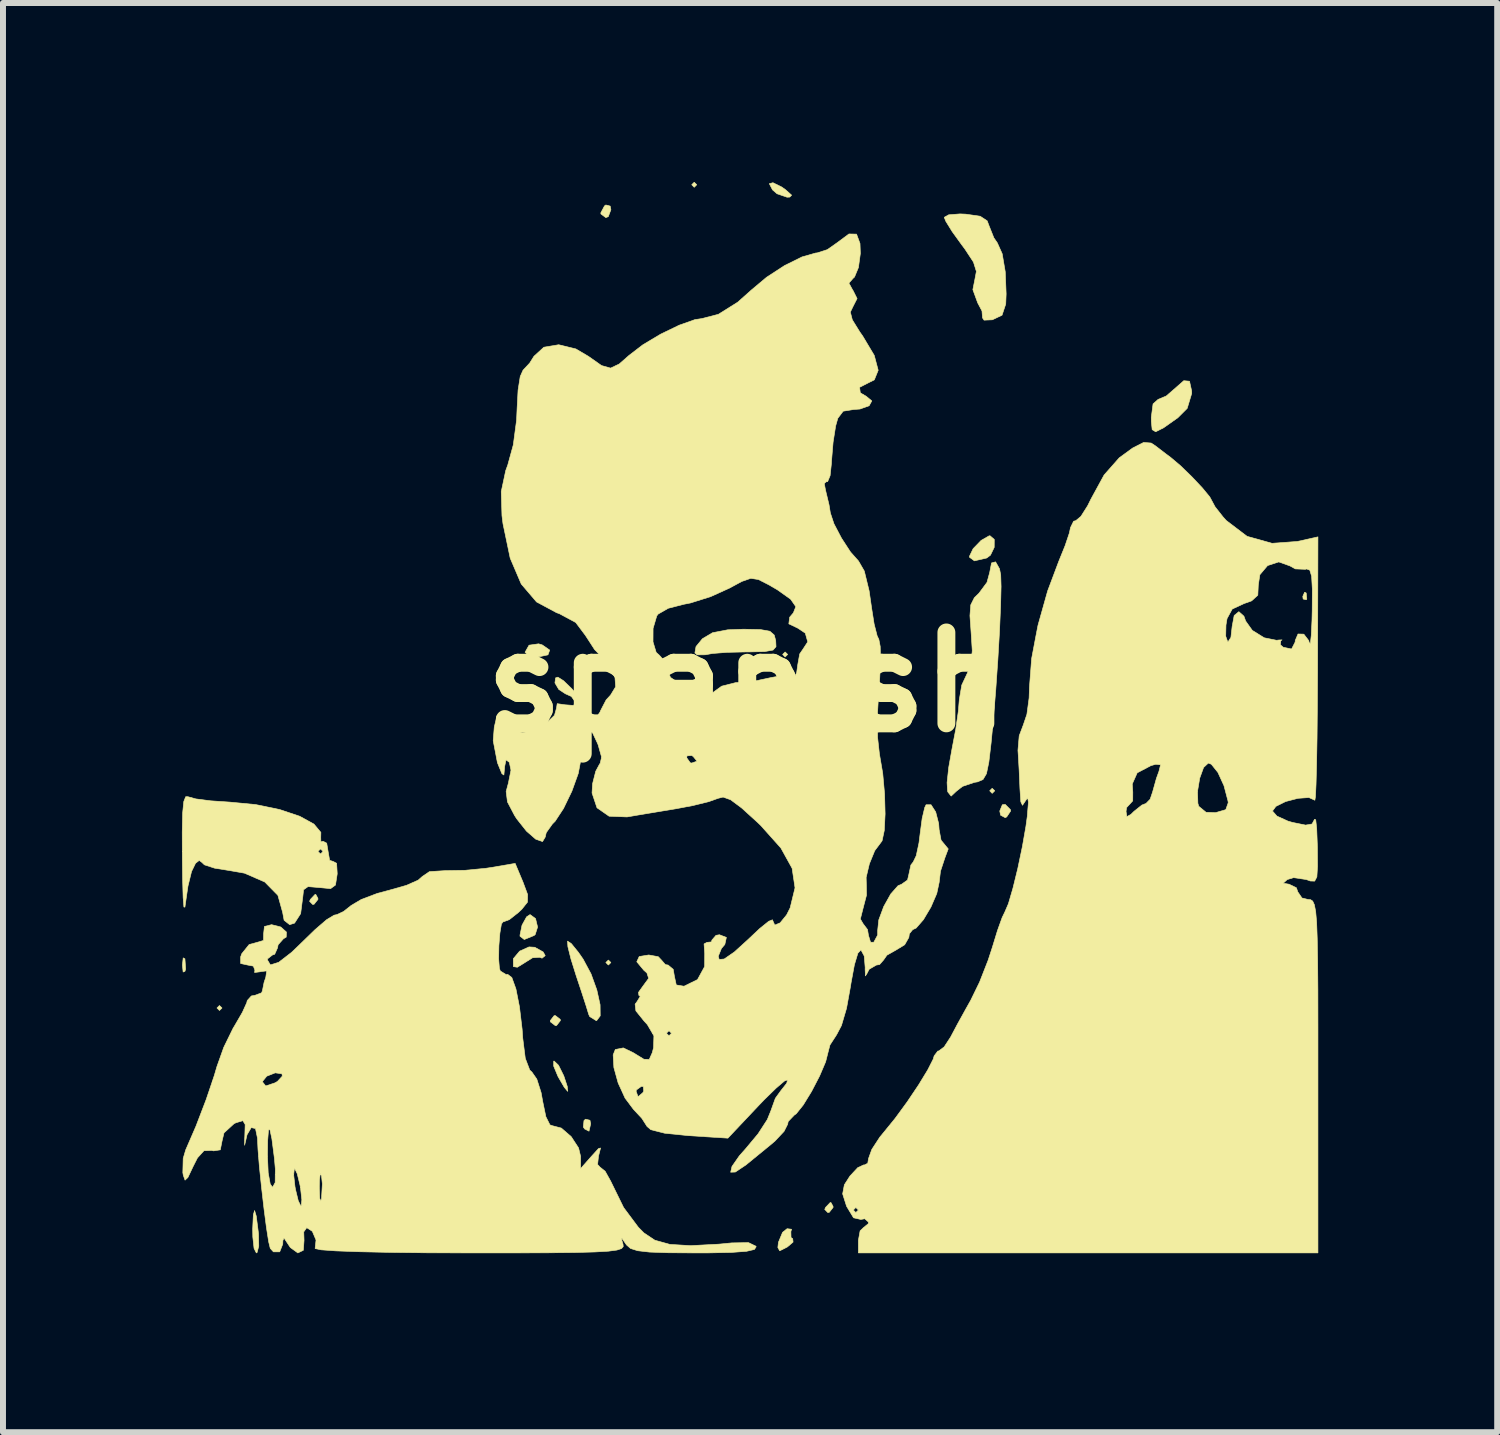
<source format=kicad_pcb>
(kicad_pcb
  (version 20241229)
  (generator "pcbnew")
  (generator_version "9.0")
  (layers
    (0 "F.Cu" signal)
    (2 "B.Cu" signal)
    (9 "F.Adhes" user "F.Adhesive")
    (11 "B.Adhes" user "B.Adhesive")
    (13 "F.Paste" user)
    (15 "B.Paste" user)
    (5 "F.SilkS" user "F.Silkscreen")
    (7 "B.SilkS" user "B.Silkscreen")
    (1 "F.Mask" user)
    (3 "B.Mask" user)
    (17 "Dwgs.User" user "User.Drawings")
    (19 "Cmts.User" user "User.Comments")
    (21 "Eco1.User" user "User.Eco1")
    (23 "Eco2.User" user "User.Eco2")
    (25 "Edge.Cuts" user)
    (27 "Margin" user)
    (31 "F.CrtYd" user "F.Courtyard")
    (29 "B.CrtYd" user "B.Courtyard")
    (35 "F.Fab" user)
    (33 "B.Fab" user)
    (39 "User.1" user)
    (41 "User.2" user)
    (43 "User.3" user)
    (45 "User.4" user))
  (footprint "spanish"
    (layer "F.Cu")
    (at 9.477 8.387)
    (property "Reference" "spanish" (at 0 0 0) (layer "F.SilkS") (effects (font (size 1.524 1.524) (thickness 0.3))))
    (attr through_hole)
    (fp_poly (pts (xy -8.805 5.461) (xy -8.848 5.503) (xy -8.89 5.461) (xy -8.848 5.419) (xy -8.805 5.461)) (stroke (width 0.01) (type solid)) (fill yes) (layer "F.SilkS"))
    (fp_poly (pts (xy -2.709 0.042) (xy -2.752 0.085) (xy -2.794 0.042) (xy -2.752 0) (xy -2.709 0.042)) (stroke (width 0.01) (type solid)) (fill yes) (layer "F.SilkS"))
    (fp_poly (pts (xy -2.286 4.699) (xy -2.328 4.741) (xy -2.371 4.699) (xy -2.328 4.657) (xy -2.286 4.699)) (stroke (width 0.01) (type solid)) (fill yes) (layer "F.SilkS"))
    (fp_poly (pts (xy -0.847 -8.34) (xy -0.889 -8.297) (xy -0.931 -8.34) (xy -0.889 -8.382) (xy -0.847 -8.34)) (stroke (width 0.01) (type solid)) (fill yes) (layer "F.SilkS"))
    (fp_poly (pts (xy 0.677 -0.466) (xy 0.635 -0.423) (xy 0.593 -0.466) (xy 0.635 -0.508) (xy 0.677 -0.466)) (stroke (width 0.01) (type solid)) (fill yes) (layer "F.SilkS"))
    (fp_poly (pts (xy 4.149 1.82) (xy 4.106 1.863) (xy 4.064 1.82) (xy 4.106 1.778) (xy 4.149 1.82)) (stroke (width 0.01) (type solid)) (fill yes) (layer "F.SilkS"))
    (fp_poly (pts (xy -9.427 4.636) (xy -9.415 4.809) (xy -9.427 4.847) (xy -9.457 4.858) (xy -9.469 4.741) (xy -9.456 4.621) (xy -9.427 4.636)) (stroke (width 0.01) (type solid)) (fill yes) (layer "F.SilkS"))
    (fp_poly (pts (xy 9.37 -1.496) (xy 9.38 -1.395) (xy 9.37 -1.383) (xy 9.319 -1.395) (xy 9.313 -1.439) (xy 9.344 -1.509) (xy 9.37 -1.496)) (stroke (width 0.01) (type solid)) (fill yes) (layer "F.SilkS"))
    (fp_poly (pts (xy -2.637 7.343) (xy -2.625 7.403) (xy -2.653 7.526) (xy -2.726 7.489) (xy -2.748 7.457) (xy -2.737 7.348) (xy -2.711 7.325) (xy -2.637 7.343)) (stroke (width 0.01) (type solid)) (fill yes) (layer "F.SilkS"))
    (fp_poly (pts (xy -7.198 3.622) (xy -7.197 3.641) (xy -7.262 3.722) (xy -7.286 3.725) (xy -7.337 3.673) (xy -7.324 3.641) (xy -7.248 3.56) (xy -7.234 3.556) (xy -7.198 3.622)) (stroke (width 0.01) (type solid)) (fill yes) (layer "F.SilkS"))
    (fp_poly (pts (xy -3.135 5.652) (xy -3.133 5.673) (xy -3.197 5.755) (xy -3.217 5.757) (xy -3.3 5.693) (xy -3.302 5.673) (xy -3.238 5.59) (xy -3.217 5.588) (xy -3.135 5.652)) (stroke (width 0.01) (type solid)) (fill yes) (layer "F.SilkS"))
    (fp_poly (pts (xy -2.298 -7.982) (xy -2.286 -7.921) (xy -2.33 -7.805) (xy -2.371 -7.789) (xy -2.453 -7.85) (xy -2.455 -7.869) (xy -2.394 -7.984) (xy -2.371 -8.001) (xy -2.298 -7.982)) (stroke (width 0.01) (type solid)) (fill yes) (layer "F.SilkS"))
    (fp_poly (pts (xy 1.438 8.786) (xy 1.439 8.805) (xy 1.374 8.887) (xy 1.35 8.89) (xy 1.299 8.838) (xy 1.312 8.805) (xy 1.388 8.725) (xy 1.402 8.721) (xy 1.438 8.786)) (stroke (width 0.01) (type solid)) (fill yes) (layer "F.SilkS"))
    (fp_poly (pts (xy 4.412 2.136) (xy 4.415 2.159) (xy 4.349 2.258) (xy 4.324 2.27) (xy 4.247 2.229) (xy 4.233 2.159) (xy 4.276 2.054) (xy 4.324 2.048) (xy 4.412 2.136)) (stroke (width 0.01) (type solid)) (fill yes) (layer "F.SilkS"))
    (fp_poly (pts (xy -3.437 -0.626) (xy -3.312 -0.539) (xy -3.341 -0.459) (xy -3.509 -0.423) (xy -3.514 -0.423) (xy -3.673 -0.451) (xy -3.725 -0.503) (xy -3.658 -0.621) (xy -3.498 -0.644) (xy -3.437 -0.626)) (stroke (width 0.01) (type solid)) (fill yes) (layer "F.SilkS"))
    (fp_poly (pts (xy 0.576 -8.303) (xy 0.64 -8.258) (xy 0.744 -8.165) (xy 0.712 -8.133) (xy 0.667 -8.131) (xy 0.499 -8.189) (xy 0.423 -8.255) (xy 0.37 -8.358) (xy 0.431 -8.374) (xy 0.576 -8.303)) (stroke (width 0.01) (type solid)) (fill yes) (layer "F.SilkS"))
    (fp_poly (pts (xy -3.549 3.962) (xy -3.515 4.104) (xy -3.555 4.23) (xy -3.574 4.246) (xy -3.738 4.313) (xy -3.809 4.259) (xy -3.81 4.24) (xy -3.776 4.073) (xy -3.699 3.933) (xy -3.641 3.895) (xy -3.549 3.962)) (stroke (width 0.01) (type solid)) (fill yes) (layer "F.SilkS"))
    (fp_poly (pts (xy -8.231 8.95) (xy -8.198 9.207) (xy -8.193 9.25) (xy -8.189 9.453) (xy -8.218 9.562) (xy -8.23 9.567) (xy -8.268 9.491) (xy -8.289 9.298) (xy -8.291 9.165) (xy -8.28 8.927) (xy -8.259 8.856) (xy -8.231 8.95)) (stroke (width 0.01) (type solid)) (fill yes) (layer "F.SilkS"))
    (fp_poly (pts (xy 0.743 9.17) (xy 0.731 9.21) (xy 0.734 9.31) (xy 0.762 9.328) (xy 0.768 9.385) (xy 0.672 9.467) (xy 0.544 9.532) (xy 0.513 9.476) (xy 0.523 9.388) (xy 0.592 9.222) (xy 0.668 9.161) (xy 0.743 9.17)) (stroke (width 0.01) (type solid)) (fill yes) (layer "F.SilkS"))
    (fp_poly (pts (xy 4.141 -2.394) (xy 4.14 -2.261) (xy 4.077 -2.13) (xy 4.015 -2.083) (xy 3.808 -2.035) (xy 3.726 -2.095) (xy 3.725 -2.111) (xy 3.786 -2.238) (xy 3.92 -2.377) (xy 4.054 -2.454) (xy 4.07 -2.455) (xy 4.141 -2.394)) (stroke (width 0.01) (type solid)) (fill yes) (layer "F.SilkS"))
    (fp_poly (pts (xy -3.562 4.443) (xy -3.422 4.521) (xy -3.387 4.583) (xy -3.44 4.626) (xy -3.477 4.611) (xy -3.6 4.619) (xy -3.722 4.696) (xy -3.854 4.778) (xy -3.921 4.767) (xy -3.922 4.635) (xy -3.816 4.508) (xy -3.658 4.437) (xy -3.562 4.443)) (stroke (width 0.01) (type solid)) (fill yes) (layer "F.SilkS"))
    (fp_poly (pts (xy -3.164 6.421) (xy -3.079 6.592) (xy -3.074 6.604) (xy -3.017 6.777) (xy -3.009 6.857) (xy -3.011 6.858) (xy -3.067 6.791) (xy -3.162 6.628) (xy -3.175 6.604) (xy -3.245 6.435) (xy -3.245 6.352) (xy -3.238 6.35) (xy -3.164 6.421)) (stroke (width 0.01) (type solid)) (fill yes) (layer "F.SilkS"))
    (fp_poly (pts (xy 7.414 -5.046) (xy 7.45 -4.882) (xy 7.451 -4.842) (xy 7.375 -4.591) (xy 7.218 -4.434) (xy 6.98 -4.266) (xy 6.847 -4.199) (xy 6.788 -4.234) (xy 6.774 -4.371) (xy 6.773 -4.44) (xy 6.803 -4.666) (xy 6.887 -4.741) (xy 7.025 -4.799) (xy 7.154 -4.911) (xy 7.318 -5.055) (xy 7.414 -5.046)) (stroke (width 0.01) (type solid)) (fill yes) (layer "F.SilkS"))
    (fp_poly (pts (xy -2.95 4.381) (xy -2.83 4.529) (xy -2.751 4.643) (xy -2.619 4.889) (xy -2.522 5.158) (xy -2.467 5.407) (xy -2.465 5.593) (xy -2.524 5.672) (xy -2.532 5.673) (xy -2.641 5.605) (xy -2.658 5.567) (xy -2.698 5.436) (xy -2.775 5.198) (xy -2.868 4.919) (xy -2.955 4.641) (xy -3.007 4.433) (xy -3.013 4.34) (xy -3.013 4.34) (xy -2.95 4.381)) (stroke (width 0.01) (type solid)) (fill yes) (layer "F.SilkS"))
    (fp_poly (pts (xy 0.221 -0.883) (xy 0.379 -0.855) (xy 0.452 -0.791) (xy 0.477 -0.699) (xy 0.482 -0.596) (xy 0.432 -0.539) (xy 0.291 -0.514) (xy 0.023 -0.508) (xy -0.036 -0.508) (xy -0.339 -0.501) (xy -0.585 -0.482) (xy -0.704 -0.46) (xy -0.84 -0.459) (xy -0.878 -0.491) (xy -0.859 -0.598) (xy -0.752 -0.729) (xy -0.582 -0.83) (xy -0.328 -0.879) (xy -0.064 -0.889) (xy 0.221 -0.883)) (stroke (width 0.01) (type solid)) (fill yes) (layer "F.SilkS"))
    (fp_poly (pts (xy 3.661 -7.847) (xy 3.905 -7.812) (xy 4.022 -7.735) (xy 4.051 -7.658) (xy 4.134 -7.45) (xy 4.192 -7.366) (xy 4.274 -7.182) (xy 4.325 -6.881) (xy 4.34 -6.51) (xy 4.333 -6.339) (xy 4.271 -6.153) (xy 4.109 -6.076) (xy 3.97 -6.07) (xy 3.944 -6.108) (xy 3.935 -6.224) (xy 3.863 -6.36) (xy 3.782 -6.582) (xy 3.814 -6.743) (xy 3.841 -6.887) (xy 3.792 -7.044) (xy 3.648 -7.263) (xy 3.597 -7.331) (xy 3.436 -7.554) (xy 3.329 -7.727) (xy 3.302 -7.794) (xy 3.377 -7.836) (xy 3.566 -7.851) (xy 3.661 -7.847)) (stroke (width 0.01) (type solid)) (fill yes) (layer "F.SilkS"))
    (fp_poly (pts (xy 4.229 -1.901) (xy 4.249 -1.799) (xy 4.255 -1.606) (xy 4.247 -1.281) (xy 4.229 -0.859) (xy 4.201 -0.378) (xy 4.166 0.127) (xy 4.126 0.62) (xy 4.088 1.016) (xy 4.05 1.34) (xy 4.01 1.533) (xy 3.952 1.631) (xy 3.861 1.67) (xy 3.81 1.678) (xy 3.608 1.746) (xy 3.503 1.829) (xy 3.418 1.909) (xy 3.365 1.843) (xy 3.358 1.826) (xy 3.35 1.683) (xy 3.377 1.43) (xy 3.431 1.125) (xy 3.495 0.79) (xy 3.539 0.484) (xy 3.555 0.291) (xy 3.596 0.047) (xy 3.68 -0.132) (xy 3.752 -0.29) (xy 3.772 -0.53) (xy 3.754 -0.817) (xy 3.733 -1.115) (xy 3.747 -1.297) (xy 3.807 -1.417) (xy 3.884 -1.492) (xy 4.019 -1.674) (xy 4.064 -1.839) (xy 4.095 -2) (xy 4.163 -2.018) (xy 4.229 -1.901)) (stroke (width 0.01) (type solid)) (fill yes) (layer "F.SilkS"))
    (fp_poly (pts (xy -9.377 1.919) (xy -9.243 1.956) (xy -8.994 1.988) (xy -8.683 2.009) (xy -8.68 2.009) (xy -8.24 2.051) (xy -7.839 2.134) (xy -7.504 2.246) (xy -7.264 2.378) (xy -7.148 2.517) (xy -7.15 2.6) (xy -7.148 2.676) (xy -7.111 2.666) (xy -7.05 2.698) (xy -7.027 2.836) (xy -7.001 2.985) (xy -6.941 3.005) (xy -6.884 3.035) (xy -6.874 3.207) (xy -6.875 3.219) (xy -6.903 3.4) (xy -6.985 3.46) (xy -7.173 3.442) (xy -7.363 3.426) (xy -7.438 3.479) (xy -7.451 3.597) (xy -7.487 3.879) (xy -7.589 4.038) (xy -7.671 4.064) (xy -7.764 3.991) (xy -7.789 3.857) (xy -7.868 3.573) (xy -8.088 3.349) (xy -8.428 3.201) (xy -8.672 3.158) (xy -8.929 3.117) (xy -9.1 3.061) (xy -9.144 3.019) (xy -9.187 2.987) (xy -9.249 3.035) (xy -9.316 3.173) (xy -9.376 3.418) (xy -9.406 3.623) (xy -9.427 3.77) (xy -9.444 3.768) (xy -9.457 3.609) (xy -9.466 3.291) (xy -9.47 2.98) (xy -9.471 2.836) (xy -7.197 2.836) (xy -7.154 2.879) (xy -7.112 2.836) (xy -7.154 2.794) (xy -7.197 2.836) (xy -9.471 2.836) (xy -9.472 2.511) (xy -9.465 2.191) (xy -9.446 2) (xy -9.414 1.919) (xy -9.377 1.919)) (stroke (width 0.01) (type solid)) (fill yes) (layer "F.SilkS"))
    (fp_poly (pts (xy 6.771 -4.01) (xy 6.841 -3.964) (xy 7.017 -3.829) (xy 7.099 -3.768) (xy 7.26 -3.632) (xy 7.451 -3.447) (xy 7.629 -3.258) (xy 7.754 -3.106) (xy 7.789 -3.041) (xy 7.842 -2.942) (xy 7.973 -2.775) (xy 8.029 -2.712) (xy 8.379 -2.446) (xy 8.798 -2.329) (xy 9.222 -2.36) (xy 9.567 -2.437) (xy 9.561 -0.181) (xy 9.557 0.411) (xy 9.552 0.937) (xy 9.544 1.379) (xy 9.535 1.713) (xy 9.525 1.92) (xy 9.515 1.979) (xy 9.515 1.978) (xy 9.416 1.933) (xy 9.232 1.946) (xy 9.025 2) (xy 8.862 2.081) (xy 8.805 2.159) (xy 8.879 2.244) (xy 9.064 2.328) (xy 9.14 2.35) (xy 9.359 2.395) (xy 9.468 2.376) (xy 9.511 2.297) (xy 9.53 2.306) (xy 9.546 2.453) (xy 9.556 2.709) (xy 9.558 2.771) (xy 9.56 3.085) (xy 9.549 3.263) (xy 9.512 3.334) (xy 9.439 3.332) (xy 9.37 3.307) (xy 9.158 3.276) (xy 9.052 3.308) (xy 8.985 3.369) (xy 9.076 3.385) (xy 9.081 3.385) (xy 9.206 3.446) (xy 9.229 3.514) (xy 9.299 3.617) (xy 9.398 3.641) (xy 9.443 3.645) (xy 9.479 3.669) (xy 9.507 3.73) (xy 9.529 3.844) (xy 9.545 4.027) (xy 9.555 4.296) (xy 9.562 4.667) (xy 9.566 5.157) (xy 9.567 5.783) (xy 9.567 6.561) (xy 9.567 6.604) (xy 9.567 9.567) (xy 1.863 9.567) (xy 1.863 9.356) (xy 1.892 9.197) (xy 1.947 9.144) (xy 2.028 9.078) (xy 2.032 9.05) (xy 1.97 8.994) (xy 1.904 9.006) (xy 1.782 8.978) (xy 1.703 8.848) (xy 1.778 8.848) (xy 1.82 8.89) (xy 1.863 8.848) (xy 1.82 8.805) (xy 1.778 8.848) (xy 1.703 8.848) (xy 1.668 8.79) (xy 1.664 8.782) (xy 1.599 8.577) (xy 1.628 8.424) (xy 1.721 8.279) (xy 1.853 8.137) (xy 1.953 8.091) (xy 1.961 8.094) (xy 2.02 8.064) (xy 2.033 7.985) (xy 2.088 7.832) (xy 2.223 7.625) (xy 2.297 7.535) (xy 2.48 7.31) (xy 2.681 7.035) (xy 2.872 6.751) (xy 3.026 6.498) (xy 3.118 6.317) (xy 3.133 6.264) (xy 3.194 6.183) (xy 3.211 6.181) (xy 3.301 6.113) (xy 3.408 5.95) (xy 3.409 5.948) (xy 3.523 5.733) (xy 3.675 5.458) (xy 3.746 5.332) (xy 3.895 5.026) (xy 4.039 4.658) (xy 4.109 4.443) (xy 4.195 4.162) (xy 4.273 3.945) (xy 4.318 3.852) (xy 4.378 3.713) (xy 4.454 3.453) (xy 4.536 3.119) (xy 4.612 2.756) (xy 4.672 2.413) (xy 4.695 2.244) (xy 4.701 2.165) (xy 6.35 2.165) (xy 6.363 2.253) (xy 6.431 2.216) (xy 6.483 2.165) (xy 6.617 2.058) (xy 6.685 2.032) (xy 6.754 1.961) (xy 6.795 1.841) (xy 6.798 1.83) (xy 7.548 1.83) (xy 7.554 2.029) (xy 7.568 2.079) (xy 7.691 2.18) (xy 7.852 2.186) (xy 8.022 2.136) (xy 8.063 2.02) (xy 8.059 1.99) (xy 7.992 1.735) (xy 7.89 1.512) (xy 7.78 1.375) (xy 7.73 1.355) (xy 7.65 1.429) (xy 7.585 1.608) (xy 7.548 1.83) (xy 6.798 1.83) (xy 6.859 1.612) (xy 6.902 1.493) (xy 6.929 1.384) (xy 6.848 1.375) (xy 6.765 1.399) (xy 6.537 1.519) (xy 6.454 1.706) (xy 6.463 1.841) (xy 6.462 1.989) (xy 6.423 2.032) (xy 6.359 2.101) (xy 6.35 2.165) (xy 4.701 2.165) (xy 4.714 2.01) (xy 4.7 1.936) (xy 4.663 1.99) (xy 4.614 2.063) (xy 4.586 2.005) (xy 4.572 1.797) (xy 4.571 1.778) (xy 4.558 1.476) (xy 4.542 1.2) (xy 4.538 1.143) (xy 4.559 0.898) (xy 4.627 0.718) (xy 4.688 0.538) (xy 4.725 0.264) (xy 4.731 0.083) (xy 4.767 -0.395) (xy 4.838 -0.77) (xy 8.021 -0.77) (xy 8.054 -0.679) (xy 8.06 -0.677) (xy 8.108 -0.751) (xy 8.128 -0.928) (xy 8.128 -0.931) (xy 8.163 -1.119) (xy 8.241 -1.183) (xy 8.326 -1.107) (xy 8.355 -1.026) (xy 8.467 -0.869) (xy 8.667 -0.745) (xy 8.874 -0.703) (xy 8.91 -0.708) (xy 8.965 -0.71) (xy 8.944 -0.696) (xy 8.937 -0.628) (xy 8.984 -0.587) (xy 9.125 -0.557) (xy 9.185 -0.674) (xy 9.186 -0.699) (xy 9.233 -0.809) (xy 9.33 -0.806) (xy 9.412 -0.699) (xy 9.422 -0.661) (xy 9.44 -0.65) (xy 9.455 -0.783) (xy 9.467 -1.032) (xy 9.471 -1.204) (xy 9.473 -1.561) (xy 9.461 -1.777) (xy 9.43 -1.88) (xy 9.377 -1.899) (xy 9.355 -1.893) (xy 9.188 -1.9) (xy 9.098 -1.95) (xy 8.91 -2.017) (xy 8.723 -1.956) (xy 8.593 -1.802) (xy 8.567 -1.629) (xy 8.559 -1.459) (xy 8.455 -1.364) (xy 8.326 -1.318) (xy 8.13 -1.227) (xy 8.043 -1.067) (xy 8.025 -0.958) (xy 8.021 -0.77) (xy 4.838 -0.77) (xy 4.874 -0.955) (xy 5.036 -1.531) (xy 5.22 -2.021) (xy 5.328 -2.288) (xy 5.4 -2.502) (xy 5.419 -2.593) (xy 5.471 -2.699) (xy 5.508 -2.709) (xy 5.593 -2.78) (xy 5.706 -2.958) (xy 5.761 -3.069) (xy 5.982 -3.474) (xy 6.237 -3.763) (xy 6.462 -3.927) (xy 6.645 -4.02) (xy 6.771 -4.01)) (stroke (width 0.01) (type solid)) (fill yes) (layer "F.SilkS"))
    (fp_poly (pts (xy -3.759 3.352) (xy -3.682 3.559) (xy -3.684 3.686) (xy -3.779 3.805) (xy -3.837 3.86) (xy -3.988 3.979) (xy -4.083 4.015) (xy -4.088 4.011) (xy -4.121 4.052) (xy -4.147 4.207) (xy -4.164 4.419) (xy -4.168 4.634) (xy -4.155 4.796) (xy -4.14 4.84) (xy -4.042 4.901) (xy -4.016 4.897) (xy -3.947 4.95) (xy -3.878 5.141) (xy -3.819 5.44) (xy -3.774 5.817) (xy -3.764 5.964) (xy -3.721 6.306) (xy -3.646 6.502) (xy -3.61 6.535) (xy -3.528 6.653) (xy -3.456 6.879) (xy -3.429 7.029) (xy -3.376 7.284) (xy -3.308 7.42) (xy -3.273 7.433) (xy -3.117 7.474) (xy -2.952 7.617) (xy -2.828 7.807) (xy -2.794 7.948) (xy -2.794 8.154) (xy -2.614 7.95) (xy -2.493 7.817) (xy -2.459 7.808) (xy -2.488 7.922) (xy -2.493 7.938) (xy -2.509 8.084) (xy -2.469 8.128) (xy -2.382 8.198) (xy -2.291 8.361) (xy -2.073 8.806) (xy -1.826 9.137) (xy -1.733 9.231) (xy -1.549 9.354) (xy -1.297 9.424) (xy -0.95 9.445) (xy -0.477 9.42) (xy -0.26 9.399) (xy 0.02 9.394) (xy 0.145 9.454) (xy 0.149 9.464) (xy 0.12 9.509) (xy -0.013 9.54) (xy -0.271 9.559) (xy -0.671 9.567) (xy -0.878 9.567) (xy -1.328 9.564) (xy -1.638 9.553) (xy -1.838 9.53) (xy -1.957 9.492) (xy -2.024 9.433) (xy -2.034 9.419) (xy -2.104 9.317) (xy -2.102 9.358) (xy -2.083 9.419) (xy -2.079 9.461) (xy -2.108 9.494) (xy -2.185 9.519) (xy -2.328 9.538) (xy -2.555 9.551) (xy -2.883 9.56) (xy -3.328 9.565) (xy -3.907 9.567) (xy -4.639 9.567) (xy -4.664 9.567) (xy -5.377 9.565) (xy -5.996 9.558) (xy -6.507 9.547) (xy -6.895 9.533) (xy -7.145 9.515) (xy -7.243 9.494) (xy -7.244 9.49) (xy -7.229 9.351) (xy -7.291 9.205) (xy -7.385 9.144) (xy -7.435 9.214) (xy -7.43 9.356) (xy -7.442 9.523) (xy -7.534 9.567) (xy -7.66 9.476) (xy -7.698 9.419) (xy -7.766 9.316) (xy -7.785 9.361) (xy -7.787 9.419) (xy -7.838 9.549) (xy -7.943 9.549) (xy -7.996 9.491) (xy -8.023 9.381) (xy -8.06 9.145) (xy -8.101 8.829) (xy -8.142 8.475) (xy -8.178 8.128) (xy -8.193 7.945) (xy -8.043 7.945) (xy -8.031 8.224) (xy -7.997 8.411) (xy -7.958 8.467) (xy -7.914 8.387) (xy -7.913 8.257) (xy -7.604 8.257) (xy -7.582 8.455) (xy -7.573 8.504) (xy -7.527 8.693) (xy -7.485 8.777) (xy -7.477 8.776) (xy -7.467 8.676) (xy -7.489 8.478) (xy -7.491 8.467) (xy -7.174 8.467) (xy -7.167 8.65) (xy -7.15 8.7) (xy -7.137 8.657) (xy -7.123 8.41) (xy -7.137 8.276) (xy -7.158 8.236) (xy -7.171 8.342) (xy -7.174 8.467) (xy -7.491 8.467) (xy -7.498 8.429) (xy -7.544 8.24) (xy -7.585 8.156) (xy -7.593 8.158) (xy -7.604 8.257) (xy -7.913 8.257) (xy -7.911 8.162) (xy -7.927 7.98) (xy -7.969 7.654) (xy -8.003 7.496) (xy -8.026 7.506) (xy -8.04 7.685) (xy -8.043 7.945) (xy -8.193 7.945) (xy -8.202 7.831) (xy -8.211 7.641) (xy -8.244 7.482) (xy -8.315 7.466) (xy -8.386 7.586) (xy -8.408 7.684) (xy -8.426 7.762) (xy -8.427 7.682) (xy -8.423 7.611) (xy -8.417 7.414) (xy -8.456 7.35) (xy -8.571 7.385) (xy -8.603 7.4) (xy -8.772 7.555) (xy -8.805 7.693) (xy -8.834 7.839) (xy -8.947 7.856) (xy -8.977 7.849) (xy -9.108 7.854) (xy -9.217 7.974) (xy -9.288 8.114) (xy -9.377 8.302) (xy -9.425 8.347) (xy -9.454 8.265) (xy -9.462 8.221) (xy -9.456 7.983) (xy -9.414 7.84) (xy -9.242 7.443) (xy -9.072 6.999) (xy -8.97 6.698) (xy -8.128 6.698) (xy -8.073 6.768) (xy -7.917 6.716) (xy -7.876 6.692) (xy -7.794 6.603) (xy -7.801 6.564) (xy -7.913 6.548) (xy -8.055 6.604) (xy -8.128 6.694) (xy -8.128 6.698) (xy -8.97 6.698) (xy -8.934 6.591) (xy -8.891 6.444) (xy -8.776 6.121) (xy -8.619 5.8) (xy -8.587 5.747) (xy -8.463 5.533) (xy -8.39 5.372) (xy -8.382 5.336) (xy -8.313 5.259) (xy -8.255 5.249) (xy -8.142 5.207) (xy -8.128 5.172) (xy -8.1 5.032) (xy -8.071 4.945) (xy -8.056 4.839) (xy -8.157 4.851) (xy -8.16 4.853) (xy -8.259 4.866) (xy -8.254 4.825) (xy -8.28 4.759) (xy -8.374 4.741) (xy -8.493 4.715) (xy -8.493 4.605) (xy -8.474 4.551) (xy -8.35 4.397) (xy -8.235 4.366) (xy -8.11 4.329) (xy -8.108 4.218) (xy -8.094 4.094) (xy -7.974 4.064) (xy -7.82 4.103) (xy -7.725 4.188) (xy -7.729 4.273) (xy -7.774 4.299) (xy -7.865 4.401) (xy -7.874 4.452) (xy -7.922 4.56) (xy -7.959 4.572) (xy -8.041 4.636) (xy -8.043 4.657) (xy -7.994 4.739) (xy -7.855 4.695) (xy -7.64 4.529) (xy -7.53 4.424) (xy -7.246 4.148) (xy -7.052 3.981) (xy -6.926 3.905) (xy -6.878 3.895) (xy -6.767 3.843) (xy -6.641 3.743) (xy -6.469 3.641) (xy -6.199 3.539) (xy -5.985 3.482) (xy -5.714 3.405) (xy -5.517 3.318) (xy -5.448 3.257) (xy -5.328 3.175) (xy -5.058 3.158) (xy -5.051 3.158) (xy -4.738 3.153) (xy -4.389 3.12) (xy -4.295 3.106) (xy -3.891 3.037) (xy -3.759 3.352)) (stroke (width 0.01) (type solid)) (fill yes) (layer "F.SilkS"))
    (fp_poly (pts (xy 1.832 -7.512) (xy 1.89 -7.355) (xy 1.896 -7.188) (xy 1.864 -6.953) (xy 1.798 -6.793) (xy 1.774 -6.771) (xy 1.704 -6.691) (xy 1.767 -6.575) (xy 1.773 -6.568) (xy 1.841 -6.432) (xy 1.776 -6.305) (xy 1.728 -6.205) (xy 1.761 -6.076) (xy 1.887 -5.872) (xy 1.935 -5.804) (xy 2.129 -5.479) (xy 2.195 -5.23) (xy 2.13 -5.069) (xy 2.032 -5.02) (xy 1.883 -4.944) (xy 1.895 -4.852) (xy 1.995 -4.793) (xy 2.088 -4.716) (xy 2.043 -4.635) (xy 1.89 -4.58) (xy 1.783 -4.572) (xy 1.608 -4.544) (xy 1.518 -4.425) (xy 1.482 -4.297) (xy 1.439 -4.024) (xy 1.413 -3.712) (xy 1.411 -3.669) (xy 1.389 -3.463) (xy 1.347 -3.362) (xy 1.326 -3.362) (xy 1.291 -3.332) (xy 1.312 -3.22) (xy 1.371 -2.974) (xy 1.393 -2.838) (xy 1.453 -2.657) (xy 1.58 -2.415) (xy 1.731 -2.183) (xy 1.865 -2.032) (xy 1.962 -1.864) (xy 2.043 -1.532) (xy 2.085 -1.241) (xy 2.127 -0.975) (xy 2.178 -0.776) (xy 2.206 -0.718) (xy 2.229 -0.599) (xy 2.234 -0.356) (xy 2.219 -0.032) (xy 2.207 0.117) (xy 2.182 0.543) (xy 2.185 0.927) (xy 2.216 1.207) (xy 2.218 1.216) (xy 2.271 1.528) (xy 2.302 1.874) (xy 2.311 2.208) (xy 2.297 2.485) (xy 2.26 2.659) (xy 2.236 2.692) (xy 2.137 2.824) (xy 2.047 3.044) (xy 1.993 3.272) (xy 1.997 3.417) (xy 1.999 3.569) (xy 1.946 3.772) (xy 1.896 3.969) (xy 1.942 4.048) (xy 2.016 4.146) (xy 2.032 4.245) (xy 2.067 4.358) (xy 2.121 4.358) (xy 2.186 4.238) (xy 2.186 4.162) (xy 2.205 3.984) (xy 2.288 3.76) (xy 2.406 3.549) (xy 2.528 3.411) (xy 2.586 3.387) (xy 2.687 3.316) (xy 2.709 3.222) (xy 2.743 3.064) (xy 2.783 3.012) (xy 2.833 2.908) (xy 2.879 2.693) (xy 2.898 2.54) (xy 2.932 2.283) (xy 2.975 2.101) (xy 2.998 2.054) (xy 3.081 2.054) (xy 3.159 2.175) (xy 3.209 2.37) (xy 3.216 2.469) (xy 3.249 2.648) (xy 3.314 2.727) (xy 3.369 2.794) (xy 3.314 2.941) (xy 3.239 3.168) (xy 3.217 3.355) (xy 3.177 3.542) (xy 3.079 3.769) (xy 2.953 3.981) (xy 2.831 4.121) (xy 2.773 4.148) (xy 2.717 4.218) (xy 2.709 4.278) (xy 2.639 4.401) (xy 2.498 4.487) (xy 2.341 4.576) (xy 2.286 4.655) (xy 2.218 4.733) (xy 2.165 4.741) (xy 2.044 4.811) (xy 2.004 4.889) (xy 1.981 4.923) (xy 1.976 4.81) (xy 1.977 4.784) (xy 1.961 4.59) (xy 1.906 4.487) (xy 1.854 4.543) (xy 1.796 4.737) (xy 1.74 5.039) (xy 1.731 5.098) (xy 1.664 5.467) (xy 1.579 5.755) (xy 1.498 5.909) (xy 1.386 6.082) (xy 1.355 6.201) (xy 1.314 6.363) (xy 1.213 6.6) (xy 1.078 6.86) (xy 0.938 7.088) (xy 0.821 7.234) (xy 0.788 7.257) (xy 0.686 7.364) (xy 0.677 7.41) (xy 0.617 7.529) (xy 0.465 7.691) (xy 0.402 7.745) (xy 0.188 7.92) (xy 0.007 8.068) (xy -0.022 8.092) (xy -0.2 8.211) (xy -0.278 8.214) (xy -0.256 8.117) (xy -0.133 7.94) (xy -0.025 7.818) (xy 0.181 7.571) (xy 0.336 7.332) (xy 0.396 7.184) (xy 0.471 6.975) (xy 0.561 6.85) (xy 0.661 6.723) (xy 0.677 6.666) (xy 0.625 6.684) (xy 0.484 6.804) (xy 0.28 7.003) (xy 0.176 7.112) (xy -0.325 7.643) (xy -0.984 7.601) (xy -1.385 7.56) (xy -1.617 7.501) (xy -1.68 7.447) (xy -1.766 7.312) (xy -1.909 7.158) (xy -2.049 6.971) (xy -2.1 6.858) (xy -1.863 6.858) (xy -1.834 6.94) (xy -1.825 6.943) (xy -1.753 6.883) (xy -1.736 6.858) (xy -1.742 6.78) (xy -1.773 6.773) (xy -1.859 6.835) (xy -1.863 6.858) (xy -2.1 6.858) (xy -2.164 6.719) (xy -2.236 6.459) (xy -2.248 6.247) (xy -2.212 6.157) (xy -2.078 6.13) (xy -1.912 6.21) (xy -1.733 6.32) (xy -1.643 6.324) (xy -1.592 6.21) (xy -1.571 6.127) (xy -1.565 5.928) (xy -1.59 5.884) (xy -1.355 5.884) (xy -1.312 5.927) (xy -1.27 5.884) (xy -1.312 5.842) (xy -1.355 5.884) (xy -1.59 5.884) (xy -1.675 5.739) (xy -1.731 5.678) (xy -1.867 5.509) (xy -1.88 5.397) (xy -1.846 5.351) (xy -1.794 5.266) (xy -1.817 5.249) (xy -1.823 5.198) (xy -1.747 5.092) (xy -1.653 4.964) (xy -1.682 4.874) (xy -1.734 4.828) (xy -1.852 4.686) (xy -1.811 4.598) (xy -1.651 4.572) (xy -1.492 4.601) (xy -1.439 4.657) (xy -1.372 4.734) (xy -1.327 4.741) (xy -1.241 4.813) (xy -1.221 4.932) (xy -1.19 5.075) (xy -1.061 5.096) (xy -1.058 5.095) (xy -0.834 4.985) (xy -0.715 4.767) (xy -0.713 4.547) (xy -0.724 4.387) (xy -0.676 4.361) (xy -0.599 4.353) (xy -0.593 4.323) (xy -0.524 4.243) (xy -0.466 4.233) (xy -0.35 4.278) (xy -0.376 4.396) (xy -0.433 4.463) (xy -0.486 4.594) (xy -0.471 4.647) (xy -0.387 4.64) (xy -0.216 4.522) (xy 0.004 4.322) (xy 0.209 4.129) (xy 0.359 4.008) (xy 0.423 3.982) (xy 0.423 3.986) (xy 0.461 4.071) (xy 0.551 4.034) (xy 0.66 3.9) (xy 0.719 3.783) (xy 0.801 3.447) (xy 0.752 3.119) (xy 0.563 2.778) (xy 0.226 2.401) (xy 0.173 2.35) (xy -0.096 2.106) (xy -0.279 1.97) (xy -0.405 1.925) (xy -0.489 1.946) (xy -0.646 2.002) (xy -0.91 2.067) (xy -1.185 2.119) (xy -1.522 2.175) (xy -1.834 2.227) (xy -2.015 2.258) (xy -2.316 2.246) (xy -2.519 2.105) (xy -2.602 1.857) (xy -2.593 1.701) (xy -2.54 1.492) (xy -2.473 1.367) (xy -2.466 1.361) (xy -2.444 1.265) (xy -1.016 1.265) (xy -0.955 1.351) (xy -0.931 1.355) (xy -0.849 1.326) (xy -0.847 1.317) (xy -0.906 1.245) (xy -0.931 1.228) (xy -1.009 1.234) (xy -1.016 1.265) (xy -2.444 1.265) (xy -2.442 1.255) (xy -2.5 1.049) (xy -2.514 1.016) (xy -2.6 0.834) (xy -2.655 0.793) (xy -2.706 0.874) (xy -2.712 0.889) (xy -2.768 1.106) (xy -2.788 1.292) (xy -2.833 1.529) (xy -2.94 1.826) (xy -3.08 2.116) (xy -3.221 2.331) (xy -3.267 2.377) (xy -3.37 2.522) (xy -3.387 2.596) (xy -3.432 2.671) (xy -3.546 2.631) (xy -3.701 2.496) (xy -3.865 2.289) (xy -3.901 2.233) (xy -4.02 2.006) (xy -4.042 1.831) (xy -4.004 1.69) (xy -3.961 1.474) (xy -3.989 1.342) (xy -4.044 1.301) (xy -4.068 1.417) (xy -4.069 1.439) (xy -4.08 1.555) (xy -4.113 1.533) (xy -4.182 1.364) (xy -4.189 1.345) (xy -4.259 0.98) (xy -4.241 0.752) (xy -4.197 0.566) (xy -4.154 0.528) (xy -4.082 0.622) (xy -4.06 0.656) (xy -3.909 0.8) (xy -3.768 0.846) (xy -3.571 0.801) (xy -3.374 0.691) (xy -3.232 0.555) (xy -3.198 0.436) (xy -3.186 0.359) (xy -3.058 0.378) (xy -2.911 0.389) (xy -2.879 0.336) (xy -2.949 0.238) (xy -3.048 0.194) (xy -3.159 0.121) (xy -3.224 0.011) (xy -3.213 -0.073) (xy -3.175 -0.085) (xy -3.081 -0.026) (xy -2.941 0.109) (xy -2.809 0.263) (xy -2.741 0.376) (xy -2.74 0.381) (xy -2.722 0.543) (xy -2.719 0.572) (xy -2.667 0.672) (xy -2.569 0.644) (xy -2.471 0.504) (xy -2.458 0.474) (xy -2.366 0.297) (xy -2.291 0.215) (xy -2.207 0.077) (xy -2.22 -0.121) (xy -2.319 -0.311) (xy -2.39 -0.376) (xy -2.559 -0.547) (xy -2.642 -0.676) (xy -1.58 -0.676) (xy -1.527 -0.501) (xy -1.471 -0.45) (xy -1.374 -0.338) (xy -1.355 -0.242) (xy -1.287 -0.081) (xy -1.206 -0.025) (xy -1.043 0.075) (xy -0.872 0.227) (xy -0.703 0.382) (xy -0.612 0.415) (xy -0.613 0.322) (xy -0.614 0.318) (xy -0.585 0.179) (xy -0.429 0.066) (xy -0.192 0.006) (xy -0.126 0.003) (xy 0.146 -0.024) (xy 0.403 -0.079) (xy 0.608 -0.116) (xy 0.677 -0.074) (xy 0.73 -0.029) (xy 0.762 -0.042) (xy 0.828 -0.159) (xy 0.847 -0.296) (xy 0.879 -0.474) (xy 0.931 -0.55) (xy 1.014 -0.677) (xy 0.973 -0.823) (xy 0.847 -0.907) (xy 0.697 -0.979) (xy 0.711 -1.09) (xy 0.773 -1.163) (xy 0.814 -1.267) (xy 0.728 -1.391) (xy 0.503 -1.551) (xy 0.356 -1.636) (xy 0.187 -1.722) (xy 0.059 -1.742) (xy -0.093 -1.689) (xy -0.3 -1.577) (xy -0.614 -1.435) (xy -0.951 -1.329) (xy -1.063 -1.307) (xy -1.324 -1.24) (xy -1.493 -1.143) (xy -1.517 -1.112) (xy -1.579 -0.902) (xy -1.58 -0.676) (xy -2.642 -0.676) (xy -2.706 -0.774) (xy -2.707 -0.777) (xy -2.875 -1.001) (xy -3.151 -1.15) (xy -3.195 -1.165) (xy -3.532 -1.346) (xy -3.789 -1.647) (xy -3.974 -2.08) (xy -4.095 -2.658) (xy -4.112 -2.794) (xy -4.124 -3.196) (xy -4.049 -3.548) (xy -4.015 -3.641) (xy -3.922 -3.979) (xy -3.867 -4.394) (xy -3.858 -4.596) (xy -3.842 -4.897) (xy -3.806 -5.125) (xy -3.759 -5.231) (xy -3.647 -5.351) (xy -3.576 -5.464) (xy -3.41 -5.616) (xy -3.161 -5.658) (xy -2.874 -5.588) (xy -2.662 -5.463) (xy -2.443 -5.309) (xy -2.292 -5.266) (xy -2.146 -5.335) (xy -1.981 -5.48) (xy -1.75 -5.657) (xy -1.452 -5.835) (xy -1.142 -5.985) (xy -0.877 -6.079) (xy -0.763 -6.096) (xy -0.484 -6.168) (xy -0.16 -6.371) (xy 0.069 -6.575) (xy 0.324 -6.789) (xy 0.625 -6.985) (xy 0.918 -7.13) (xy 1.149 -7.196) (xy 1.172 -7.197) (xy 1.342 -7.252) (xy 1.504 -7.366) (xy 1.705 -7.515) (xy 1.832 -7.512)) (stroke (width 0.01) (type solid)) (fill yes) (layer "F.SilkS")))
  (gr_rect
    (start -3 -3)
    (end 22.049 20.959)
    (stroke (width 0.1) (type default))
    (fill no)
    (layer "Edge.Cuts")))
</source>
